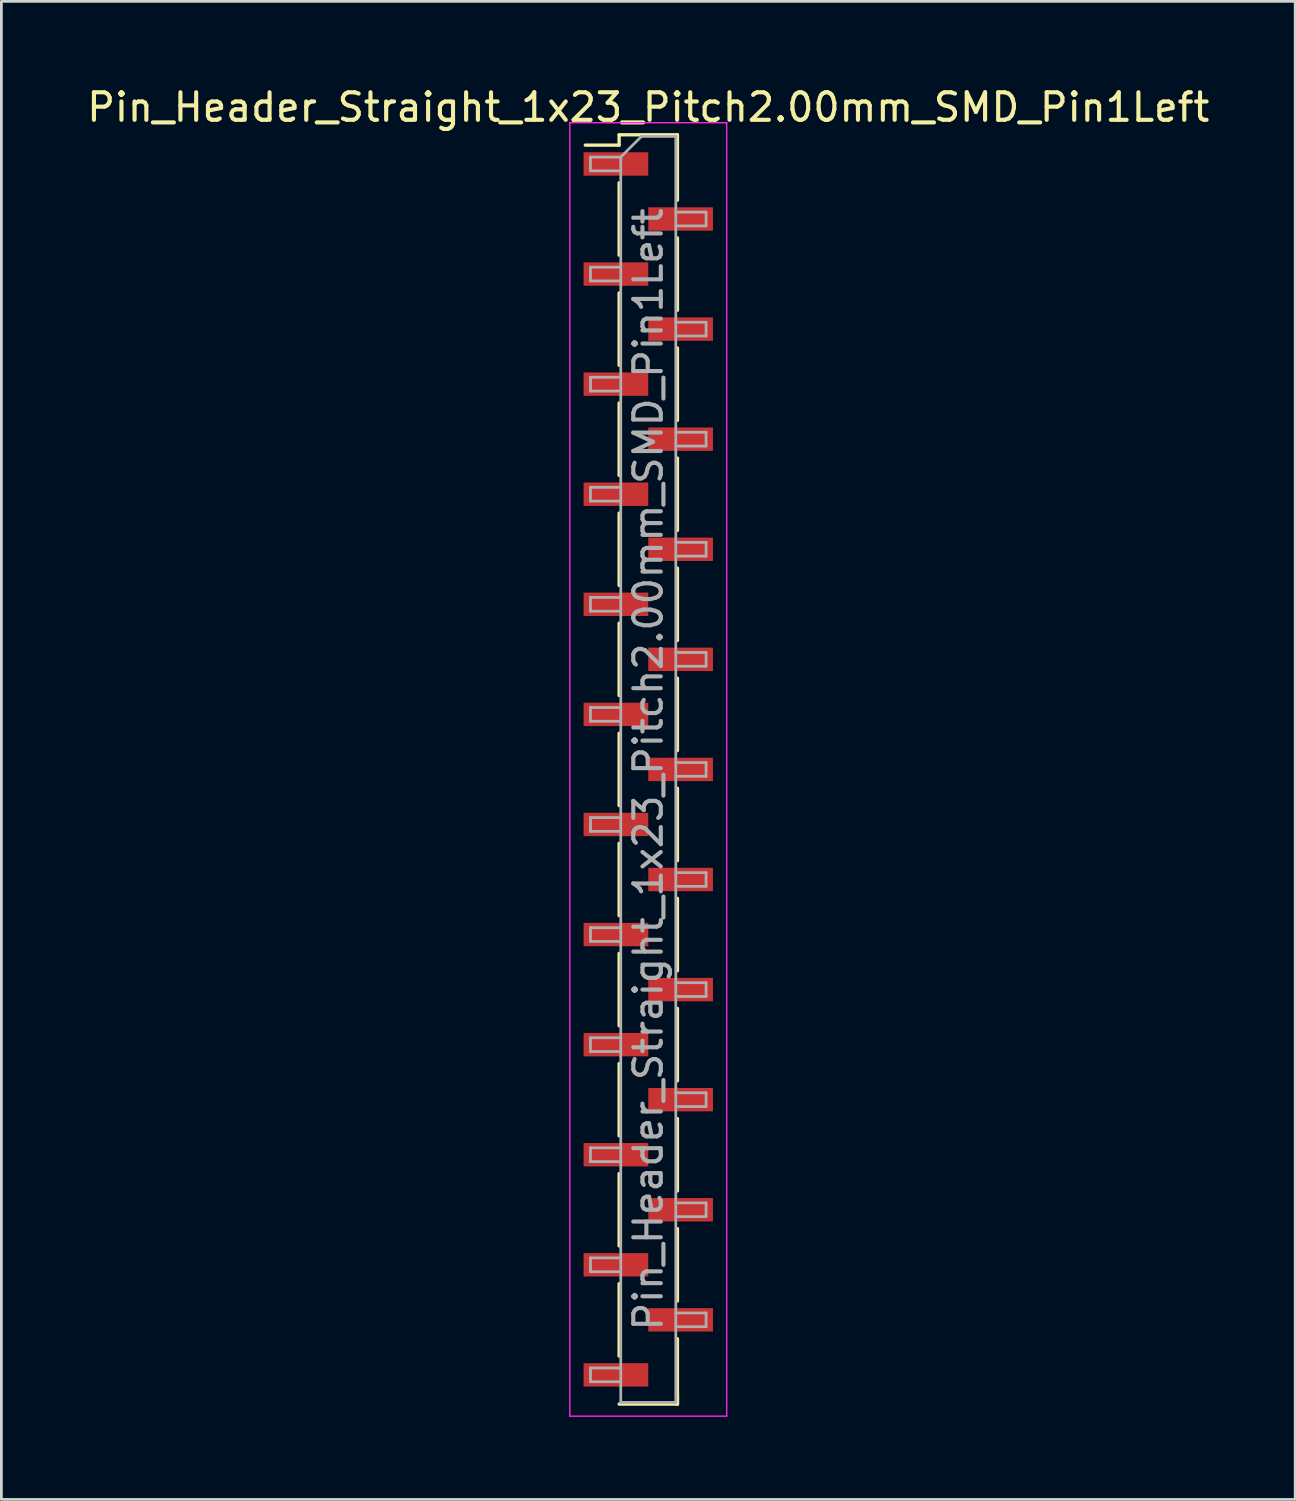
<source format=kicad_pcb>
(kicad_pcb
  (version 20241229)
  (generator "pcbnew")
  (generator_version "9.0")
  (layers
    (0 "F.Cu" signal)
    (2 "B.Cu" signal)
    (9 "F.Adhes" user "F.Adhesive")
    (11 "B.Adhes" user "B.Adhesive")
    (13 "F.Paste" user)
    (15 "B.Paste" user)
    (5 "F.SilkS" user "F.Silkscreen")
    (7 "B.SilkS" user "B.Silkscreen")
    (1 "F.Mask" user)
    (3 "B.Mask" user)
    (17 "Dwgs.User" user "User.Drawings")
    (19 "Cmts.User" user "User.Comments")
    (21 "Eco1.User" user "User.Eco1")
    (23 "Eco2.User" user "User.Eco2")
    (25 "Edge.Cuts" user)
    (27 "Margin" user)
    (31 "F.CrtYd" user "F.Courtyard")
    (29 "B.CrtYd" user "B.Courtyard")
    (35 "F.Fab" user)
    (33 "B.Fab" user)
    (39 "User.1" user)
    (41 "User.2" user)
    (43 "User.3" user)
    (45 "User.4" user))
  (footprint "Pin_Header_Straight_1x23_Pitch2.00mm_SMD_Pin1Left"
    (layer "F.Cu")
    (at 20.506 24.908)
    (property "Reference" "Pin_Header_Straight_1x23_Pitch2.00mm_SMD_Pin1Left" (at 0 -24.06 0) (layer "F.SilkS") (effects (font (size 1 1) (thickness 0.15))))
    (attr smd)
    (fp_line (start -1.06 -23.06) (end -1.06 -22.685) (stroke (width 0.12) (type solid)) (layer "F.SilkS"))
    (fp_line (start -1.06 -23.06) (end 1.06 -23.06) (stroke (width 0.12) (type solid)) (layer "F.SilkS"))
    (fp_line (start -1.06 -22.685) (end -2.29 -22.685) (stroke (width 0.12) (type solid)) (layer "F.SilkS"))
    (fp_line (start -1.06 -21.315) (end -1.06 -18.685) (stroke (width 0.12) (type solid)) (layer "F.SilkS"))
    (fp_line (start -1.06 -17.315) (end -1.06 -14.685) (stroke (width 0.12) (type solid)) (layer "F.SilkS"))
    (fp_line (start -1.06 -13.315) (end -1.06 -10.685) (stroke (width 0.12) (type solid)) (layer "F.SilkS"))
    (fp_line (start -1.06 -9.315) (end -1.06 -6.685) (stroke (width 0.12) (type solid)) (layer "F.SilkS"))
    (fp_line (start -1.06 -5.315) (end -1.06 -2.685) (stroke (width 0.12) (type solid)) (layer "F.SilkS"))
    (fp_line (start -1.06 -1.315) (end -1.06 1.315) (stroke (width 0.12) (type solid)) (layer "F.SilkS"))
    (fp_line (start -1.06 2.685) (end -1.06 5.315) (stroke (width 0.12) (type solid)) (layer "F.SilkS"))
    (fp_line (start -1.06 6.685) (end -1.06 9.315) (stroke (width 0.12) (type solid)) (layer "F.SilkS"))
    (fp_line (start -1.06 10.685) (end -1.06 13.315) (stroke (width 0.12) (type solid)) (layer "F.SilkS"))
    (fp_line (start -1.06 14.685) (end -1.06 17.315) (stroke (width 0.12) (type solid)) (layer "F.SilkS"))
    (fp_line (start -1.06 18.685) (end -1.06 21.315) (stroke (width 0.12) (type solid)) (layer "F.SilkS"))
    (fp_line (start -1.06 23.06) (end 1.06 23.06) (stroke (width 0.12) (type solid)) (layer "F.SilkS"))
    (fp_line (start 1.06 -23.06) (end 1.06 -20.685) (stroke (width 0.12) (type solid)) (layer "F.SilkS"))
    (fp_line (start 1.06 -19.315) (end 1.06 -16.685) (stroke (width 0.12) (type solid)) (layer "F.SilkS"))
    (fp_line (start 1.06 -15.315) (end 1.06 -12.685) (stroke (width 0.12) (type solid)) (layer "F.SilkS"))
    (fp_line (start 1.06 -11.315) (end 1.06 -8.685) (stroke (width 0.12) (type solid)) (layer "F.SilkS"))
    (fp_line (start 1.06 -7.315) (end 1.06 -4.685) (stroke (width 0.12) (type solid)) (layer "F.SilkS"))
    (fp_line (start 1.06 -3.315) (end 1.06 -0.685) (stroke (width 0.12) (type solid)) (layer "F.SilkS"))
    (fp_line (start 1.06 0.685) (end 1.06 3.315) (stroke (width 0.12) (type solid)) (layer "F.SilkS"))
    (fp_line (start 1.06 4.685) (end 1.06 7.315) (stroke (width 0.12) (type solid)) (layer "F.SilkS"))
    (fp_line (start 1.06 8.685) (end 1.06 11.315) (stroke (width 0.12) (type solid)) (layer "F.SilkS"))
    (fp_line (start 1.06 12.685) (end 1.06 15.315) (stroke (width 0.12) (type solid)) (layer "F.SilkS"))
    (fp_line (start 1.06 16.685) (end 1.06 19.315) (stroke (width 0.12) (type solid)) (layer "F.SilkS"))
    (fp_line (start 1.06 20.685) (end 1.06 23.06) (stroke (width 0.12) (type solid)) (layer "F.SilkS"))
    (fp_line (start 1.06 22.685) (end 1.06 23.06) (stroke (width 0.12) (type solid)) (layer "F.SilkS"))
    (fp_line (start -2.85 -23.5) (end -2.85 23.5) (stroke (width 0.05) (type solid)) (layer "F.CrtYd"))
    (fp_line (start -2.85 23.5) (end 2.85 23.5) (stroke (width 0.05) (type solid)) (layer "F.CrtYd"))
    (fp_line (start 2.85 -23.5) (end -2.85 -23.5) (stroke (width 0.05) (type solid)) (layer "F.CrtYd"))
    (fp_line (start 2.85 23.5) (end 2.85 -23.5) (stroke (width 0.05) (type solid)) (layer "F.CrtYd"))
    (fp_line (start -2.1 -22.25) (end -2.1 -21.75) (stroke (width 0.1) (type solid)) (layer "F.Fab"))
    (fp_line (start -2.1 -21.75) (end -1 -21.75) (stroke (width 0.1) (type solid)) (layer "F.Fab"))
    (fp_line (start -2.1 -18.25) (end -2.1 -17.75) (stroke (width 0.1) (type solid)) (layer "F.Fab"))
    (fp_line (start -2.1 -17.75) (end -1 -17.75) (stroke (width 0.1) (type solid)) (layer "F.Fab"))
    (fp_line (start -2.1 -14.25) (end -2.1 -13.75) (stroke (width 0.1) (type solid)) (layer "F.Fab"))
    (fp_line (start -2.1 -13.75) (end -1 -13.75) (stroke (width 0.1) (type solid)) (layer "F.Fab"))
    (fp_line (start -2.1 -10.25) (end -2.1 -9.75) (stroke (width 0.1) (type solid)) (layer "F.Fab"))
    (fp_line (start -2.1 -9.75) (end -1 -9.75) (stroke (width 0.1) (type solid)) (layer "F.Fab"))
    (fp_line (start -2.1 -6.25) (end -2.1 -5.75) (stroke (width 0.1) (type solid)) (layer "F.Fab"))
    (fp_line (start -2.1 -5.75) (end -1 -5.75) (stroke (width 0.1) (type solid)) (layer "F.Fab"))
    (fp_line (start -2.1 -2.25) (end -2.1 -1.75) (stroke (width 0.1) (type solid)) (layer "F.Fab"))
    (fp_line (start -2.1 -1.75) (end -1 -1.75) (stroke (width 0.1) (type solid)) (layer "F.Fab"))
    (fp_line (start -2.1 1.75) (end -2.1 2.25) (stroke (width 0.1) (type solid)) (layer "F.Fab"))
    (fp_line (start -2.1 2.25) (end -1 2.25) (stroke (width 0.1) (type solid)) (layer "F.Fab"))
    (fp_line (start -2.1 5.75) (end -2.1 6.25) (stroke (width 0.1) (type solid)) (layer "F.Fab"))
    (fp_line (start -2.1 6.25) (end -1 6.25) (stroke (width 0.1) (type solid)) (layer "F.Fab"))
    (fp_line (start -2.1 9.75) (end -2.1 10.25) (stroke (width 0.1) (type solid)) (layer "F.Fab"))
    (fp_line (start -2.1 10.25) (end -1 10.25) (stroke (width 0.1) (type solid)) (layer "F.Fab"))
    (fp_line (start -2.1 13.75) (end -2.1 14.25) (stroke (width 0.1) (type solid)) (layer "F.Fab"))
    (fp_line (start -2.1 14.25) (end -1 14.25) (stroke (width 0.1) (type solid)) (layer "F.Fab"))
    (fp_line (start -2.1 17.75) (end -2.1 18.25) (stroke (width 0.1) (type solid)) (layer "F.Fab"))
    (fp_line (start -2.1 18.25) (end -1 18.25) (stroke (width 0.1) (type solid)) (layer "F.Fab"))
    (fp_line (start -2.1 21.75) (end -2.1 22.25) (stroke (width 0.1) (type solid)) (layer "F.Fab"))
    (fp_line (start -2.1 22.25) (end -1 22.25) (stroke (width 0.1) (type solid)) (layer "F.Fab"))
    (fp_line (start -1 -22.25) (end -2.1 -22.25) (stroke (width 0.1) (type solid)) (layer "F.Fab"))
    (fp_line (start -1 -22.25) (end -0.25 -23) (stroke (width 0.1) (type solid)) (layer "F.Fab"))
    (fp_line (start -1 -18.25) (end -2.1 -18.25) (stroke (width 0.1) (type solid)) (layer "F.Fab"))
    (fp_line (start -1 -14.25) (end -2.1 -14.25) (stroke (width 0.1) (type solid)) (layer "F.Fab"))
    (fp_line (start -1 -10.25) (end -2.1 -10.25) (stroke (width 0.1) (type solid)) (layer "F.Fab"))
    (fp_line (start -1 -6.25) (end -2.1 -6.25) (stroke (width 0.1) (type solid)) (layer "F.Fab"))
    (fp_line (start -1 -2.25) (end -2.1 -2.25) (stroke (width 0.1) (type solid)) (layer "F.Fab"))
    (fp_line (start -1 1.75) (end -2.1 1.75) (stroke (width 0.1) (type solid)) (layer "F.Fab"))
    (fp_line (start -1 5.75) (end -2.1 5.75) (stroke (width 0.1) (type solid)) (layer "F.Fab"))
    (fp_line (start -1 9.75) (end -2.1 9.75) (stroke (width 0.1) (type solid)) (layer "F.Fab"))
    (fp_line (start -1 13.75) (end -2.1 13.75) (stroke (width 0.1) (type solid)) (layer "F.Fab"))
    (fp_line (start -1 17.75) (end -2.1 17.75) (stroke (width 0.1) (type solid)) (layer "F.Fab"))
    (fp_line (start -1 21.75) (end -2.1 21.75) (stroke (width 0.1) (type solid)) (layer "F.Fab"))
    (fp_line (start -1 23) (end -1 -22.25) (stroke (width 0.1) (type solid)) (layer "F.Fab"))
    (fp_line (start -0.25 -23) (end 1 -23) (stroke (width 0.1) (type solid)) (layer "F.Fab"))
    (fp_line (start 1 -23) (end 1 23) (stroke (width 0.1) (type solid)) (layer "F.Fab"))
    (fp_line (start 1 -20.25) (end 2.1 -20.25) (stroke (width 0.1) (type solid)) (layer "F.Fab"))
    (fp_line (start 1 -16.25) (end 2.1 -16.25) (stroke (width 0.1) (type solid)) (layer "F.Fab"))
    (fp_line (start 1 -12.25) (end 2.1 -12.25) (stroke (width 0.1) (type solid)) (layer "F.Fab"))
    (fp_line (start 1 -8.25) (end 2.1 -8.25) (stroke (width 0.1) (type solid)) (layer "F.Fab"))
    (fp_line (start 1 -4.25) (end 2.1 -4.25) (stroke (width 0.1) (type solid)) (layer "F.Fab"))
    (fp_line (start 1 -0.25) (end 2.1 -0.25) (stroke (width 0.1) (type solid)) (layer "F.Fab"))
    (fp_line (start 1 3.75) (end 2.1 3.75) (stroke (width 0.1) (type solid)) (layer "F.Fab"))
    (fp_line (start 1 7.75) (end 2.1 7.75) (stroke (width 0.1) (type solid)) (layer "F.Fab"))
    (fp_line (start 1 11.75) (end 2.1 11.75) (stroke (width 0.1) (type solid)) (layer "F.Fab"))
    (fp_line (start 1 15.75) (end 2.1 15.75) (stroke (width 0.1) (type solid)) (layer "F.Fab"))
    (fp_line (start 1 19.75) (end 2.1 19.75) (stroke (width 0.1) (type solid)) (layer "F.Fab"))
    (fp_line (start 1 23) (end -1 23) (stroke (width 0.1) (type solid)) (layer "F.Fab"))
    (fp_line (start 2.1 -20.25) (end 2.1 -19.75) (stroke (width 0.1) (type solid)) (layer "F.Fab"))
    (fp_line (start 2.1 -19.75) (end 1 -19.75) (stroke (width 0.1) (type solid)) (layer "F.Fab"))
    (fp_line (start 2.1 -16.25) (end 2.1 -15.75) (stroke (width 0.1) (type solid)) (layer "F.Fab"))
    (fp_line (start 2.1 -15.75) (end 1 -15.75) (stroke (width 0.1) (type solid)) (layer "F.Fab"))
    (fp_line (start 2.1 -12.25) (end 2.1 -11.75) (stroke (width 0.1) (type solid)) (layer "F.Fab"))
    (fp_line (start 2.1 -11.75) (end 1 -11.75) (stroke (width 0.1) (type solid)) (layer "F.Fab"))
    (fp_line (start 2.1 -8.25) (end 2.1 -7.75) (stroke (width 0.1) (type solid)) (layer "F.Fab"))
    (fp_line (start 2.1 -7.75) (end 1 -7.75) (stroke (width 0.1) (type solid)) (layer "F.Fab"))
    (fp_line (start 2.1 -4.25) (end 2.1 -3.75) (stroke (width 0.1) (type solid)) (layer "F.Fab"))
    (fp_line (start 2.1 -3.75) (end 1 -3.75) (stroke (width 0.1) (type solid)) (layer "F.Fab"))
    (fp_line (start 2.1 -0.25) (end 2.1 0.25) (stroke (width 0.1) (type solid)) (layer "F.Fab"))
    (fp_line (start 2.1 0.25) (end 1 0.25) (stroke (width 0.1) (type solid)) (layer "F.Fab"))
    (fp_line (start 2.1 3.75) (end 2.1 4.25) (stroke (width 0.1) (type solid)) (layer "F.Fab"))
    (fp_line (start 2.1 4.25) (end 1 4.25) (stroke (width 0.1) (type solid)) (layer "F.Fab"))
    (fp_line (start 2.1 7.75) (end 2.1 8.25) (stroke (width 0.1) (type solid)) (layer "F.Fab"))
    (fp_line (start 2.1 8.25) (end 1 8.25) (stroke (width 0.1) (type solid)) (layer "F.Fab"))
    (fp_line (start 2.1 11.75) (end 2.1 12.25) (stroke (width 0.1) (type solid)) (layer "F.Fab"))
    (fp_line (start 2.1 12.25) (end 1 12.25) (stroke (width 0.1) (type solid)) (layer "F.Fab"))
    (fp_line (start 2.1 15.75) (end 2.1 16.25) (stroke (width 0.1) (type solid)) (layer "F.Fab"))
    (fp_line (start 2.1 16.25) (end 1 16.25) (stroke (width 0.1) (type solid)) (layer "F.Fab"))
    (fp_line (start 2.1 19.75) (end 2.1 20.25) (stroke (width 0.1) (type solid)) (layer "F.Fab"))
    (fp_line (start 2.1 20.25) (end 1 20.25) (stroke (width 0.1) (type solid)) (layer "F.Fab"))
    (fp_text user "${REFERENCE}" (at 0 0 90) (layer "F.Fab") (effects (font (size 1 1) (thickness 0.15))))
    (pad "1" smd rect (at -1.175 -22) (size 2.35 0.85) (layers "F.Cu" "F.Mask" "F.Paste"))
    (pad "2" smd rect (at 1.175 -20) (size 2.35 0.85) (layers "F.Cu" "F.Mask" "F.Paste"))
    (pad "3" smd rect (at -1.175 -18) (size 2.35 0.85) (layers "F.Cu" "F.Mask" "F.Paste"))
    (pad "4" smd rect (at 1.175 -16) (size 2.35 0.85) (layers "F.Cu" "F.Mask" "F.Paste"))
    (pad "5" smd rect (at -1.175 -14) (size 2.35 0.85) (layers "F.Cu" "F.Mask" "F.Paste"))
    (pad "6" smd rect (at 1.175 -12) (size 2.35 0.85) (layers "F.Cu" "F.Mask" "F.Paste"))
    (pad "7" smd rect (at -1.175 -10) (size 2.35 0.85) (layers "F.Cu" "F.Mask" "F.Paste"))
    (pad "8" smd rect (at 1.175 -8) (size 2.35 0.85) (layers "F.Cu" "F.Mask" "F.Paste"))
    (pad "9" smd rect (at -1.175 -6) (size 2.35 0.85) (layers "F.Cu" "F.Mask" "F.Paste"))
    (pad "10" smd rect (at 1.175 -4) (size 2.35 0.85) (layers "F.Cu" "F.Mask" "F.Paste"))
    (pad "11" smd rect (at -1.175 -2) (size 2.35 0.85) (layers "F.Cu" "F.Mask" "F.Paste"))
    (pad "12" smd rect (at 1.175 0) (size 2.35 0.85) (layers "F.Cu" "F.Mask" "F.Paste"))
    (pad "13" smd rect (at -1.175 2) (size 2.35 0.85) (layers "F.Cu" "F.Mask" "F.Paste"))
    (pad "14" smd rect (at 1.175 4) (size 2.35 0.85) (layers "F.Cu" "F.Mask" "F.Paste"))
    (pad "15" smd rect (at -1.175 6) (size 2.35 0.85) (layers "F.Cu" "F.Mask" "F.Paste"))
    (pad "16" smd rect (at 1.175 8) (size 2.35 0.85) (layers "F.Cu" "F.Mask" "F.Paste"))
    (pad "17" smd rect (at -1.175 10) (size 2.35 0.85) (layers "F.Cu" "F.Mask" "F.Paste"))
    (pad "18" smd rect (at 1.175 12) (size 2.35 0.85) (layers "F.Cu" "F.Mask" "F.Paste"))
    (pad "19" smd rect (at -1.175 14) (size 2.35 0.85) (layers "F.Cu" "F.Mask" "F.Paste"))
    (pad "20" smd rect (at 1.175 16) (size 2.35 0.85) (layers "F.Cu" "F.Mask" "F.Paste"))
    (pad "21" smd rect (at -1.175 18) (size 2.35 0.85) (layers "F.Cu" "F.Mask" "F.Paste"))
    (pad "22" smd rect (at 1.175 20) (size 2.35 0.85) (layers "F.Cu" "F.Mask" "F.Paste"))
    (pad "23" smd rect (at -1.175 22) (size 2.35 0.85) (layers "F.Cu" "F.Mask" "F.Paste")))
  (gr_rect
    (start -3 -3)
    (end 44.012 51.433)
    (stroke (width 0.1) (type default))
    (fill no)
    (layer "Edge.Cuts")))
</source>
